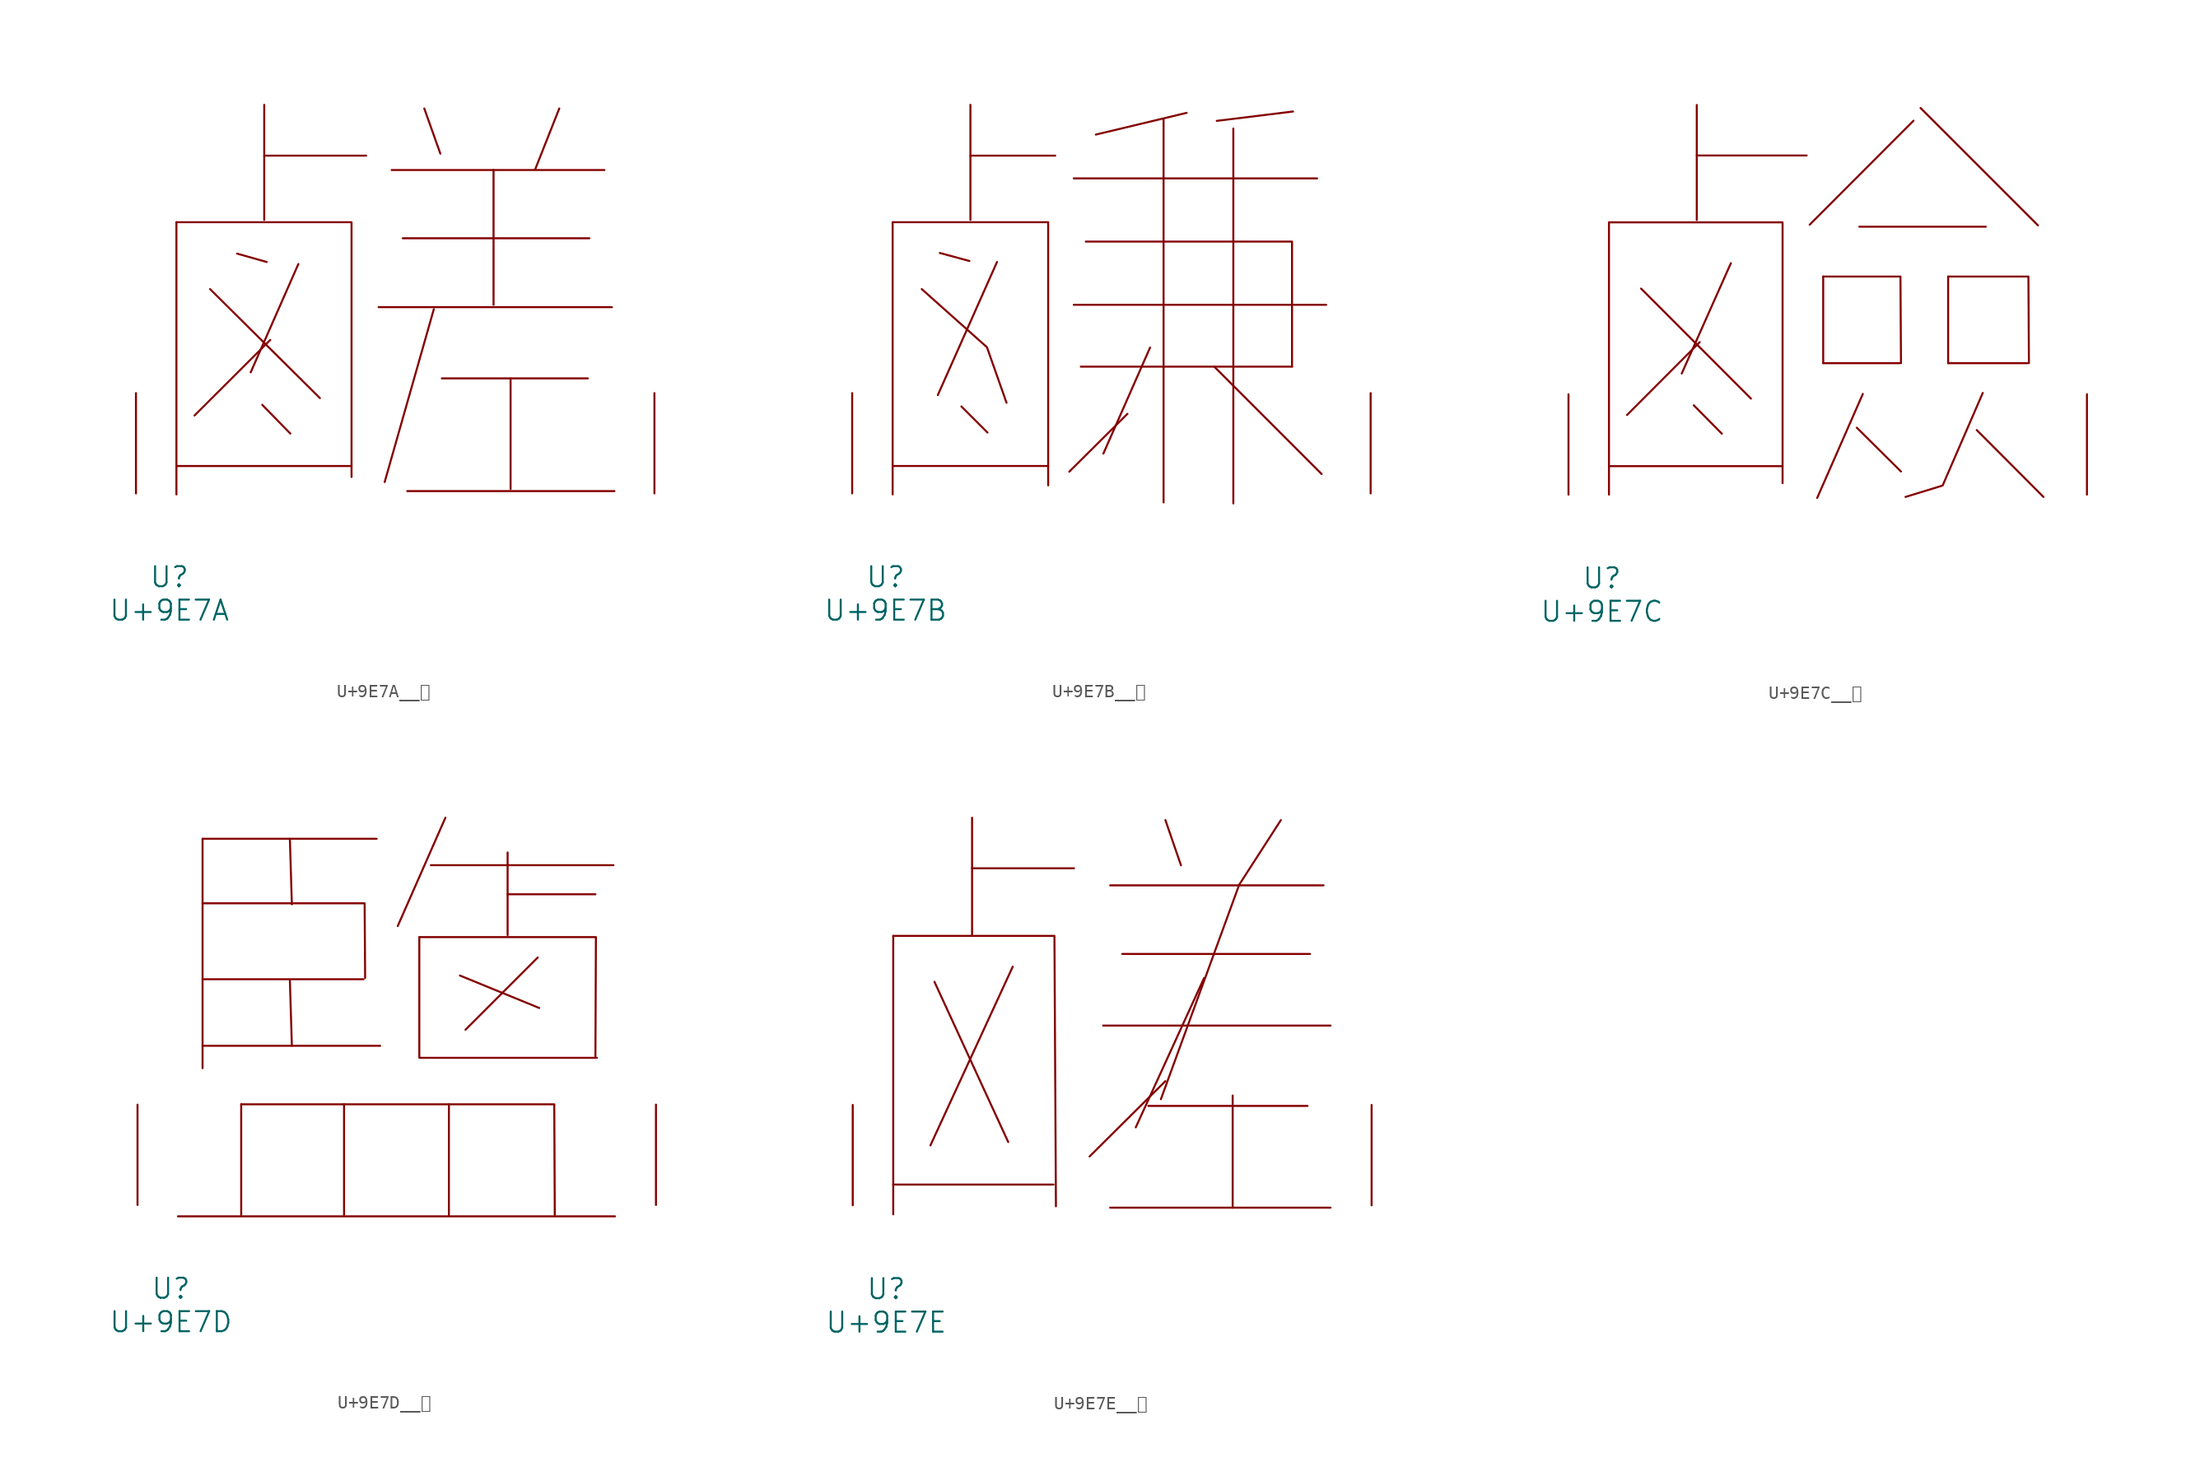
<source format=kicad_sym>
(kicad_symbol_lib
  (version 20231120)
  (generator "kicad_symbol_editor")
  (generator_version "8.0")
  (symbol "U+9E7A__鹺"
    (pin_names
      (offset 1.016))
    (property "Reference" "U"
      (at 0 -6.35 0)
      (effects (font (size 1.524 1.524))))
    (property "Value" "U+9E7A"
      (at 0 -8.89 0)
      (effects (font (size 1.524 1.524))))
    (symbol "U+9E7A__鹺_0_1"
      (polyline (pts (xy 0.533 2.083) (xy 13.83 2.083)) (stroke (width 0) (type solid)) (fill (type none)))
      (polyline (pts (xy 0.533 20.599) (xy 0.533 -0.076)) (stroke (width 0) (type solid)) (fill (type none)))
      (polyline (pts (xy 3.086 15.519) (xy 11.43 7.239)) (stroke (width 0) (type solid)) (fill (type none)))
      (polyline (pts (xy 5.144 18.212) (xy 7.391 17.577)) (stroke (width 0) (type solid)) (fill (type none)))
      (polyline (pts (xy 7.048 6.731) (xy 9.182 4.547)) (stroke (width 0) (type solid)) (fill (type none)))
      (polyline (pts (xy 7.201 25.654) (xy 14.935 25.654)) (stroke (width 0) (type solid)) (fill (type none)))
      (polyline (pts (xy 7.201 29.515) (xy 7.201 20.777)) (stroke (width 0) (type solid)) (fill (type none)))
      (polyline (pts (xy 7.658 11.659) (xy 1.905 5.918)) (stroke (width 0) (type solid)) (fill (type none)))
      (polyline (pts (xy 9.792 17.424) (xy 6.172 9.195)) (stroke (width 0) (type solid)) (fill (type none)))
      (polyline (pts (xy 15.888 14.148) (xy 33.604 14.148)) (stroke (width 0) (type solid)) (fill (type none)))
      (polyline (pts (xy 16.878 24.562) (xy 33.033 24.562)) (stroke (width 0) (type solid)) (fill (type none)))
      (polyline (pts (xy 17.716 19.38) (xy 31.89 19.38)) (stroke (width 0) (type solid)) (fill (type none)))
      (polyline (pts (xy 18.059 0.178) (xy 33.795 0.178)) (stroke (width 0) (type solid)) (fill (type none)))
      (polyline (pts (xy 19.355 29.235) (xy 20.574 25.806)) (stroke (width 0) (type solid)) (fill (type none)))
      (polyline (pts (xy 20.079 13.995) (xy 16.345 0.864)) (stroke (width 0) (type solid)) (fill (type none)))
      (polyline (pts (xy 20.688 8.738) (xy 31.775 8.738)) (stroke (width 0) (type solid)) (fill (type none)))
      (polyline (pts (xy 24.613 24.562) (xy 24.613 14.326)) (stroke (width 0) (type solid)) (fill (type none)))
      (polyline (pts (xy 25.908 8.738) (xy 25.908 0.33)) (stroke (width 0) (type solid)) (fill (type none)))
      (polyline (pts (xy 29.604 29.235) (xy 27.775 24.613)) (stroke (width 0) (type solid)) (fill (type none)))
      (polyline (pts (xy 0.533 20.599) (xy 13.83 20.599) (xy 13.83 1.245)) (stroke (width 0) (type solid)) (fill (type none)))
      (pin input line (at -2.54 0 90) (length 7.62) (name "~" (effects (font (size 1.27 1.27)))) (number "~" (effects (font (size 1.27 1.27)))))
      (pin input line (at 36.83 0 90) (length 7.62) (name "~" (effects (font (size 1.27 1.27)))) (number "~" (effects (font (size 1.27 1.27)))))))
  (symbol "U+9E7B__鹻"
    (pin_names
      (offset 1.016))
    (property "Reference" "U"
      (at 0 -6.35 0)
      (effects (font (size 1.524 1.524))))
    (property "Value" "U+9E7B"
      (at 0 -8.89 0)
      (effects (font (size 1.524 1.524))))
    (symbol "U+9E7B__鹻_0_1"
      (polyline (pts (xy 0.533 2.083) (xy 12.344 2.083)) (stroke (width 0) (type solid)) (fill (type none)))
      (polyline (pts (xy 0.533 20.599) (xy 0.533 -0.076)) (stroke (width 0) (type solid)) (fill (type none)))
      (polyline (pts (xy 4.115 18.263) (xy 6.363 17.653)) (stroke (width 0) (type solid)) (fill (type none)))
      (polyline (pts (xy 5.753 6.604) (xy 7.734 4.623)) (stroke (width 0) (type solid)) (fill (type none)))
      (polyline (pts (xy 6.439 25.654) (xy 12.878 25.654)) (stroke (width 0) (type solid)) (fill (type none)))
      (polyline (pts (xy 6.439 29.515) (xy 6.439 20.777)) (stroke (width 0) (type solid)) (fill (type none)))
      (polyline (pts (xy 8.458 17.577) (xy 3.962 7.468)) (stroke (width 0) (type solid)) (fill (type none)))
      (polyline (pts (xy 14.287 14.326) (xy 33.452 14.326)) (stroke (width 0) (type solid)) (fill (type none)))
      (polyline (pts (xy 14.287 23.927) (xy 32.766 23.927)) (stroke (width 0) (type solid)) (fill (type none)))
      (polyline (pts (xy 14.821 9.627) (xy 30.861 9.627)) (stroke (width 0) (type solid)) (fill (type none)))
      (polyline (pts (xy 18.364 6.045) (xy 13.945 1.651)) (stroke (width 0) (type solid)) (fill (type none)))
      (polyline (pts (xy 20.079 11.074) (xy 16.535 3.023)) (stroke (width 0) (type solid)) (fill (type none)))
      (polyline (pts (xy 21.107 28.397) (xy 21.107 -0.686)) (stroke (width 0) (type solid)) (fill (type none)))
      (polyline (pts (xy 22.86 28.905) (xy 15.964 27.254)) (stroke (width 0) (type solid)) (fill (type none)))
      (polyline (pts (xy 24.956 9.627) (xy 33.109 1.473)) (stroke (width 0) (type solid)) (fill (type none)))
      (polyline (pts (xy 26.403 27.711) (xy 26.403 -0.762)) (stroke (width 0) (type solid)) (fill (type none)))
      (polyline (pts (xy 30.937 29.007) (xy 25.146 28.296)) (stroke (width 0) (type solid)) (fill (type none)))
      (polyline (pts (xy 0.533 20.599) (xy 12.344 20.599) (xy 12.344 0.61)) (stroke (width 0) (type solid)) (fill (type none)))
      (polyline (pts (xy 2.743 15.519) (xy 7.696 11.1) (xy 9.182 6.883)) (stroke (width 0) (type solid)) (fill (type none)))
      (polyline (pts (xy 15.202 19.126) (xy 30.861 19.126) (xy 30.861 9.627)) (stroke (width 0) (type solid)) (fill (type none)))
      (pin input line (at -2.54 0 90) (length 7.62) (name "~" (effects (font (size 1.27 1.27)))) (number "~" (effects (font (size 1.27 1.27)))))
      (pin input line (at 36.83 0 90) (length 7.62) (name "~" (effects (font (size 1.27 1.27)))) (number "~" (effects (font (size 1.27 1.27)))))))
  (symbol "U+9E7C__鹼"
    (pin_names
      (offset 1.016))
    (property "Reference" "U"
      (at 0 -6.35 0)
      (effects (font (size 1.524 1.524))))
    (property "Value" "U+9E7C"
      (at 0 -8.89 0)
      (effects (font (size 1.524 1.524))))
    (symbol "U+9E7C__鹼_0_1"
      (polyline (pts (xy 0.533 2.159) (xy 13.716 2.159)) (stroke (width 0) (type solid)) (fill (type none)))
      (polyline (pts (xy 0.533 20.676) (xy 0.533 0)) (stroke (width 0) (type solid)) (fill (type none)))
      (polyline (pts (xy 2.972 15.646) (xy 11.316 7.29)) (stroke (width 0) (type solid)) (fill (type none)))
      (polyline (pts (xy 6.972 6.782) (xy 9.106 4.623)) (stroke (width 0) (type solid)) (fill (type none)))
      (polyline (pts (xy 7.201 25.756) (xy 15.545 25.756)) (stroke (width 0) (type solid)) (fill (type none)))
      (polyline (pts (xy 7.201 29.591) (xy 7.201 20.853)) (stroke (width 0) (type solid)) (fill (type none)))
      (polyline (pts (xy 7.429 11.582) (xy 1.905 6.045)) (stroke (width 0) (type solid)) (fill (type none)))
      (polyline (pts (xy 9.792 17.577) (xy 6.058 9.195)) (stroke (width 0) (type solid)) (fill (type none)))
      (polyline (pts (xy 16.802 9.982) (xy 22.631 9.982)) (stroke (width 0) (type solid)) (fill (type none)))
      (polyline (pts (xy 16.802 16.561) (xy 16.802 9.982)) (stroke (width 0) (type solid)) (fill (type none)))
      (polyline (pts (xy 19.355 5.08) (xy 22.708 1.753)) (stroke (width 0) (type solid)) (fill (type none)))
      (polyline (pts (xy 19.545 20.345) (xy 29.146 20.345)) (stroke (width 0) (type solid)) (fill (type none)))
      (polyline (pts (xy 19.812 7.645) (xy 16.345 -0.254)) (stroke (width 0) (type solid)) (fill (type none)))
      (polyline (pts (xy 23.66 28.397) (xy 15.773 20.498)) (stroke (width 0) (type solid)) (fill (type none)))
      (polyline (pts (xy 24.194 29.362) (xy 33.109 20.447)) (stroke (width 0) (type solid)) (fill (type none)))
      (polyline (pts (xy 26.289 9.982) (xy 32.347 9.982)) (stroke (width 0) (type solid)) (fill (type none)))
      (polyline (pts (xy 26.289 16.561) (xy 26.289 9.982)) (stroke (width 0) (type solid)) (fill (type none)))
      (polyline (pts (xy 28.461 4.902) (xy 33.528 -0.178)) (stroke (width 0) (type solid)) (fill (type none)))
      (polyline (pts (xy 0.533 20.676) (xy 13.716 20.676) (xy 13.716 0.864)) (stroke (width 0) (type solid)) (fill (type none)))
      (polyline (pts (xy 16.802 16.561) (xy 22.669 16.561) (xy 22.708 9.982)) (stroke (width 0) (type solid)) (fill (type none)))
      (polyline (pts (xy 26.289 16.561) (xy 32.385 16.561) (xy 32.423 9.982)) (stroke (width 0) (type solid)) (fill (type none)))
      (polyline (pts (xy 28.918 7.722) (xy 25.87 0.686) (xy 23.05 -0.178)) (stroke (width 0) (type solid)) (fill (type none)))
      (pin input line (at -2.54 0 90) (length 7.62) (name "~" (effects (font (size 1.27 1.27)))) (number "~" (effects (font (size 1.27 1.27)))))
      (pin input line (at 36.83 0 90) (length 7.62) (name "~" (effects (font (size 1.27 1.27)))) (number "~" (effects (font (size 1.27 1.27)))))))
  (symbol "U+9E7D__鹽"
    (pin_names
      (offset 1.016))
    (property "Reference" "U"
      (at 0 -6.35 0)
      (effects (font (size 1.524 1.524))))
    (property "Value" "U+9E7D"
      (at 0 -8.89 0)
      (effects (font (size 1.524 1.524))))
    (symbol "U+9E7D__鹽_0_1"
      (polyline (pts (xy 0.533 -0.864) (xy 33.718 -0.864)) (stroke (width 0) (type solid)) (fill (type none)))
      (polyline (pts (xy 2.4 12.09) (xy 15.888 12.09)) (stroke (width 0) (type solid)) (fill (type none)))
      (polyline (pts (xy 2.4 17.145) (xy 14.63 17.145)) (stroke (width 0) (type solid)) (fill (type none)))
      (polyline (pts (xy 2.4 27.813) (xy 2.4 10.389)) (stroke (width 0) (type solid)) (fill (type none)))
      (polyline (pts (xy 2.4 27.813) (xy 15.621 27.813)) (stroke (width 0) (type solid)) (fill (type none)))
      (polyline (pts (xy 5.334 7.645) (xy 5.334 -0.762)) (stroke (width 0) (type solid)) (fill (type none)))
      (polyline (pts (xy 9.03 17.069) (xy 9.182 12.09)) (stroke (width 0) (type solid)) (fill (type none)))
      (polyline (pts (xy 9.03 27.813) (xy 9.182 22.835)) (stroke (width 0) (type solid)) (fill (type none)))
      (polyline (pts (xy 13.145 7.645) (xy 13.145 -0.762)) (stroke (width 0) (type solid)) (fill (type none)))
      (polyline (pts (xy 18.86 11.176) (xy 32.347 11.176)) (stroke (width 0) (type solid)) (fill (type none)))
      (polyline (pts (xy 18.86 20.345) (xy 18.86 11.252)) (stroke (width 0) (type solid)) (fill (type none)))
      (polyline (pts (xy 19.736 25.806) (xy 33.604 25.806)) (stroke (width 0) (type solid)) (fill (type none)))
      (polyline (pts (xy 20.841 29.413) (xy 17.221 21.184)) (stroke (width 0) (type solid)) (fill (type none)))
      (polyline (pts (xy 21.107 7.645) (xy 21.107 -0.762)) (stroke (width 0) (type solid)) (fill (type none)))
      (polyline (pts (xy 21.946 17.424) (xy 27.965 14.961)) (stroke (width 0) (type solid)) (fill (type none)))
      (polyline (pts (xy 25.565 23.597) (xy 32.233 23.597)) (stroke (width 0) (type solid)) (fill (type none)))
      (polyline (pts (xy 25.565 26.772) (xy 25.565 20.498)) (stroke (width 0) (type solid)) (fill (type none)))
      (polyline (pts (xy 27.851 18.796) (xy 22.365 13.31)) (stroke (width 0) (type solid)) (fill (type none)))
      (polyline (pts (xy 2.4 22.911) (xy 14.707 22.911) (xy 14.745 17.247)) (stroke (width 0) (type solid)) (fill (type none)))
      (polyline (pts (xy 5.334 7.645) (xy 29.108 7.645) (xy 29.146 -0.762)) (stroke (width 0) (type solid)) (fill (type none)))
      (polyline (pts (xy 18.86 20.345) (xy 32.271 20.345) (xy 32.233 11.252)) (stroke (width 0) (type solid)) (fill (type none)))
      (pin input line (at -2.54 0 90) (length 7.62) (name "~" (effects (font (size 1.27 1.27)))) (number "~" (effects (font (size 1.27 1.27)))))
      (pin input line (at 36.83 0 90) (length 7.62) (name "~" (effects (font (size 1.27 1.27)))) (number "~" (effects (font (size 1.27 1.27)))))))
  (symbol "U+9E7E__鹾"
    (pin_names
      (offset 1.016))
    (property "Reference" "U"
      (at 0 -6.35 0)
      (effects (font (size 1.524 1.524))))
    (property "Value" "U+9E7E"
      (at 0 -8.89 0)
      (effects (font (size 1.524 1.524))))
    (symbol "U+9E7E__鹾_0_1"
      (polyline (pts (xy 0.533 1.575) (xy 12.687 1.575)) (stroke (width 0) (type solid)) (fill (type none)))
      (polyline (pts (xy 0.533 20.447) (xy 0.533 -0.686)) (stroke (width 0) (type solid)) (fill (type none)))
      (polyline (pts (xy 3.658 16.967) (xy 9.258 4.801)) (stroke (width 0) (type solid)) (fill (type none)))
      (polyline (pts (xy 6.515 25.578) (xy 14.249 25.578)) (stroke (width 0) (type solid)) (fill (type none)))
      (polyline (pts (xy 6.515 29.413) (xy 6.515 20.498)) (stroke (width 0) (type solid)) (fill (type none)))
      (polyline (pts (xy 9.601 18.11) (xy 3.353 4.547)) (stroke (width 0) (type solid)) (fill (type none)))
      (polyline (pts (xy 16.459 13.64) (xy 33.718 13.64)) (stroke (width 0) (type solid)) (fill (type none)))
      (polyline (pts (xy 16.993 -0.178) (xy 33.718 -0.178)) (stroke (width 0) (type solid)) (fill (type none)))
      (polyline (pts (xy 16.993 24.282) (xy 33.185 24.282)) (stroke (width 0) (type solid)) (fill (type none)))
      (polyline (pts (xy 17.907 19.075) (xy 32.156 19.075)) (stroke (width 0) (type solid)) (fill (type none)))
      (polyline (pts (xy 19.888 7.544) (xy 31.966 7.544)) (stroke (width 0) (type solid)) (fill (type none)))
      (polyline (pts (xy 21.184 9.423) (xy 15.431 3.708)) (stroke (width 0) (type solid)) (fill (type none)))
      (polyline (pts (xy 21.184 29.235) (xy 22.365 25.806)) (stroke (width 0) (type solid)) (fill (type none)))
      (polyline (pts (xy 24.117 17.247) (xy 18.936 5.918)) (stroke (width 0) (type solid)) (fill (type none)))
      (polyline (pts (xy 26.289 8.331) (xy 26.289 -0.178)) (stroke (width 0) (type solid)) (fill (type none)))
      (polyline (pts (xy 0.533 20.447) (xy 12.764 20.447) (xy 12.878 -0.076)) (stroke (width 0) (type solid)) (fill (type none)))
      (polyline (pts (xy 29.947 29.235) (xy 26.784 24.333) (xy 20.841 8.052)) (stroke (width 0) (type solid)) (fill (type none)))
      (pin input line (at -2.54 0 90) (length 7.62) (name "~" (effects (font (size 1.27 1.27)))) (number "~" (effects (font (size 1.27 1.27)))))
      (pin input line (at 36.83 0 90) (length 7.62) (name "~" (effects (font (size 1.27 1.27)))) (number "~" (effects (font (size 1.27 1.27))))))))
</source>
